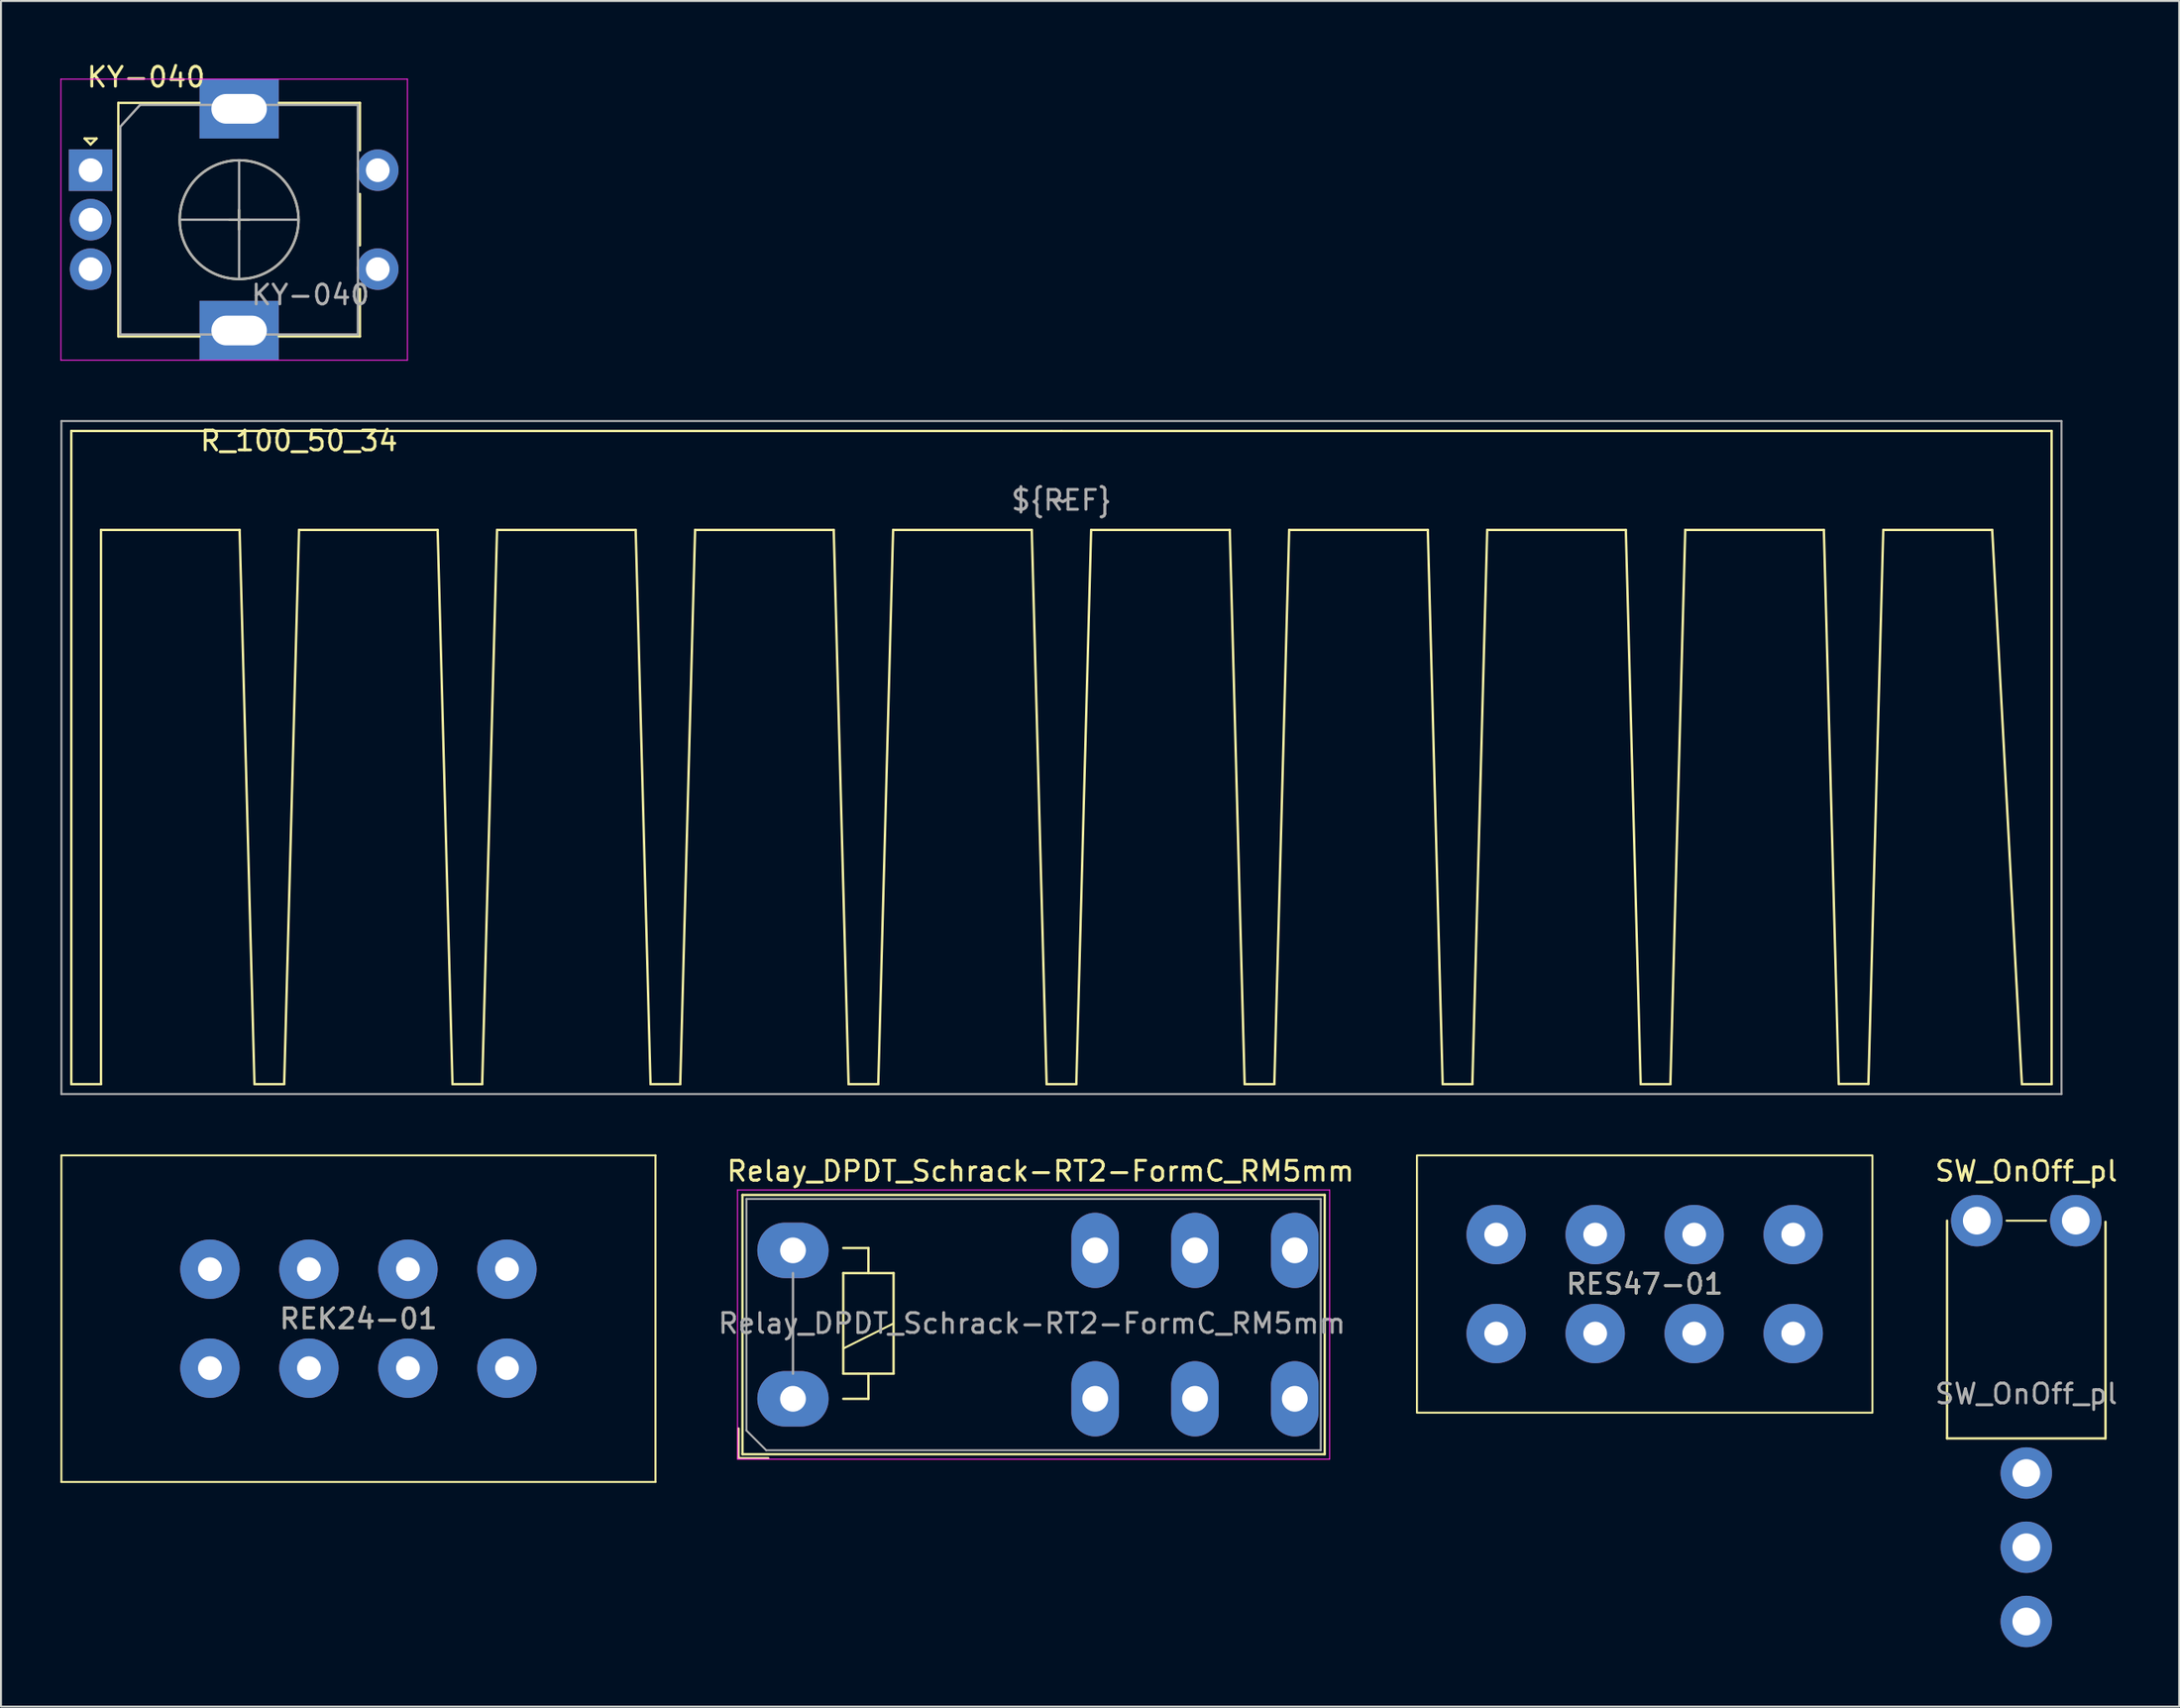
<source format=kicad_pcb>
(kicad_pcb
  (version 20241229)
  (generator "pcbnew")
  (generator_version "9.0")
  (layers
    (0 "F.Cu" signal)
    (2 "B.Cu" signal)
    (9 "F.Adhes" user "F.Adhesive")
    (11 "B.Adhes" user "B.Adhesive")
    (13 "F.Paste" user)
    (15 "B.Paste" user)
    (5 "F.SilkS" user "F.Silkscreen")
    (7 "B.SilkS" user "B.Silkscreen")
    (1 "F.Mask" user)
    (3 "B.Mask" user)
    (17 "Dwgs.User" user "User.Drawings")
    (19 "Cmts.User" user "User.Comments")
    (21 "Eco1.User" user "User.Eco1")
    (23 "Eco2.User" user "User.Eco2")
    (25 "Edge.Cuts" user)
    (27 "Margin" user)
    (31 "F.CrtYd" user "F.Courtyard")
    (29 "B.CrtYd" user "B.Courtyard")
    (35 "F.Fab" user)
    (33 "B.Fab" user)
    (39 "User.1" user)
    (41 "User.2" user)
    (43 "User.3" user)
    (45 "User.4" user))
  (footprint "Relay_DPDT_Schrack-RT2-FormC_RM5mm"
    (layer "F.Cu")
    (at 36.993 67.621)
    (property "Reference" "Relay_DPDT_Schrack-RT2-FormC_RM5mm" (at 12.5 -11.5 0) (layer "F.SilkS") (effects (font (size 1 1) (thickness 0.15))))
    (attr through_hole)
    (fp_line (start -2.75 1.5) (end -2.75 3) (stroke (width 0.12) (type solid)) (layer "F.SilkS"))
    (fp_line (start -2.75 3) (end -1.25 3) (stroke (width 0.12) (type solid)) (layer "F.SilkS"))
    (fp_line (start -2.55 -10.3) (end -2.55 2.8) (stroke (width 0.12) (type solid)) (layer "F.SilkS"))
    (fp_line (start -2.55 2.8) (end 26.85 2.8) (stroke (width 0.12) (type solid)) (layer "F.SilkS"))
    (fp_line (start 2.54 -6.35) (end 2.54 -1.27) (stroke (width 0.12) (type solid)) (layer "F.SilkS"))
    (fp_line (start 2.54 -2.54) (end 5.08 -3.81) (stroke (width 0.1) (type solid)) (layer "F.SilkS"))
    (fp_line (start 2.54 -1.27) (end 3.81 -1.27) (stroke (width 0.12) (type solid)) (layer "F.SilkS"))
    (fp_line (start 2.54 0) (end 3.81 0) (stroke (width 0.12) (type solid)) (layer "F.SilkS"))
    (fp_line (start 3.81 -7.62) (end 2.54 -7.62) (stroke (width 0.12) (type solid)) (layer "F.SilkS"))
    (fp_line (start 3.81 -6.35) (end 3.81 -7.62) (stroke (width 0.12) (type solid)) (layer "F.SilkS"))
    (fp_line (start 3.81 -1.27) (end 5.08 -1.27) (stroke (width 0.12) (type solid)) (layer "F.SilkS"))
    (fp_line (start 3.81 0) (end 3.81 -1.27) (stroke (width 0.12) (type solid)) (layer "F.SilkS"))
    (fp_line (start 5.08 -6.35) (end 2.54 -6.35) (stroke (width 0.12) (type solid)) (layer "F.SilkS"))
    (fp_line (start 5.08 -1.27) (end 5.08 -6.35) (stroke (width 0.12) (type solid)) (layer "F.SilkS"))
    (fp_line (start 26.85 -10.3) (end -2.55 -10.3) (stroke (width 0.12) (type solid)) (layer "F.SilkS"))
    (fp_line (start 26.85 2.8) (end 26.85 -10.3) (stroke (width 0.12) (type solid)) (layer "F.SilkS"))
    (fp_line (start -2.8 -10.55) (end -2.8 3.05) (stroke (width 0.05) (type solid)) (layer "F.CrtYd"))
    (fp_line (start -2.8 3.05) (end 27.1 3.05) (stroke (width 0.05) (type solid)) (layer "F.CrtYd"))
    (fp_line (start 27.1 -10.55) (end -2.8 -10.55) (stroke (width 0.05) (type solid)) (layer "F.CrtYd"))
    (fp_line (start 27.1 3.05) (end 27.1 -10.55) (stroke (width 0.05) (type solid)) (layer "F.CrtYd"))
    (fp_line (start -2.35 -10.1) (end -2.35 1.6) (stroke (width 0.1) (type solid)) (layer "F.Fab"))
    (fp_line (start -2.35 1.6) (end -1.35 2.6) (stroke (width 0.1) (type solid)) (layer "F.Fab"))
    (fp_line (start -1.35 2.6) (end 26.65 2.6) (stroke (width 0.1) (type solid)) (layer "F.Fab"))
    (fp_line (start 0 -1.27) (end 0 -6.35) (stroke (width 0.12) (type solid)) (layer "F.Fab"))
    (fp_line (start 26.65 -10.1) (end -2.35 -10.1) (stroke (width 0.1) (type solid)) (layer "F.Fab"))
    (fp_line (start 26.65 2.6) (end 26.65 -10.1) (stroke (width 0.1) (type solid)) (layer "F.Fab"))
    (fp_text user "${REFERENCE}" (at 12.065 -3.81 180) (layer "F.Fab") (effects (font (size 1 1) (thickness 0.15))))
    (pad "11" thru_hole oval (at 20.3 0 180) (size 2.4 3.8) (drill 1.3) (layers "*.Cu" "*.Mask"))
    (pad "12" thru_hole oval (at 15.26 0 180) (size 2.4 3.8) (drill 1.3) (layers "*.Cu" "*.Mask"))
    (pad "14" thru_hole oval (at 25.34 0 180) (size 2.4 3.8) (drill 1.3) (layers "*.Cu" "*.Mask"))
    (pad "21" thru_hole oval (at 20.3 -7.5 180) (size 2.4 3.8) (drill 1.3) (layers "*.Cu" "*.Mask"))
    (pad "22" thru_hole oval (at 15.26 -7.5 180) (size 2.4 3.8) (drill 1.3) (layers "*.Cu" "*.Mask"))
    (pad "24" thru_hole oval (at 25.34 -7.5 180) (size 2.4 3.8) (drill 1.3) (layers "*.Cu" "*.Mask"))
    (pad "A1" thru_hole oval (at 0 0 180) (size 3.6 2.8) (drill 1.3) (layers "*.Cu" "*.Mask"))
    (pad "A2" thru_hole oval (at 0 -7.5 180) (size 3.6 2.8) (drill 1.3) (layers "*.Cu" "*.Mask")))
  (footprint "RES47-01"
    (layer "F.Cu")
    (at 80.002 61.823)
    (property "Reference" "RES47-01" (at 0 0 0) (layer "F.SilkS") (effects (font (size 1 1) (thickness 0.15))))
    (attr through_hole)
    (fp_rect (start -11.5 -6.5) (end 11.5 6.5) (stroke (width 0.1) (type default)) (fill no) (layer "F.SilkS"))
    (fp_text user "${REFERENCE}" (at 0 0 180) (layer "F.Fab") (effects (font (size 1 1) (thickness 0.15))))
    (pad "1" thru_hole circle (at -7.5 -2.5 180) (size 3 3) (drill 1.2) (layers "*.Cu" "*.Mask"))
    (pad "2" thru_hole circle (at 2.5 -2.5 180) (size 3 3) (drill 1.2) (layers "*.Cu" "*.Mask"))
    (pad "3" thru_hole circle (at -7.5 2.5 180) (size 3 3) (drill 1.2) (layers "*.Cu" "*.Mask"))
    (pad "4" thru_hole circle (at 7.5 2.5 180) (size 3 3) (drill 1.2) (layers "*.Cu" "*.Mask"))
    (pad "5" thru_hole circle (at -2.5 2.5 180) (size 3 3) (drill 1.2) (layers "*.Cu" "*.Mask"))
    (pad "6" thru_hole circle (at 7.5 -2.5 180) (size 3 3) (drill 1.2) (layers "*.Cu" "*.Mask"))
    (pad "A" thru_hole circle (at 2.5 2.5 180) (size 3 3) (drill 1.2) (layers "*.Cu" "*.Mask"))
    (pad "B" thru_hole circle (at -2.5 -2.5 180) (size 3 3) (drill 1.2) (layers "*.Cu" "*.Mask")))
  (footprint "R_100_50_34"
    (layer "F.Cu")
    (at 50.55 18.723)
    (property "Reference" "R_100_50_34" (at -38.5 0.5 0) (unlocked yes) (layer "F.SilkS") (effects (font (size 1 1) (thickness 0.15))))
    (fp_line (start -50 0) (end -50 33) (stroke (width 0.12) (type solid)) (layer "F.SilkS"))
    (fp_line (start -50 0) (end 0 0) (stroke (width 0.12) (type solid)) (layer "F.SilkS"))
    (fp_line (start -50 33) (end -48.5 33) (stroke (width 0.12) (type solid)) (layer "F.SilkS"))
    (fp_line (start -48.5 5) (end -48.5 33) (stroke (width 0.12) (type solid)) (layer "F.SilkS"))
    (fp_line (start -48.5 5) (end -41.5 5) (stroke (width 0.12) (type solid)) (layer "F.SilkS"))
    (fp_line (start -41.5 5) (end -40.75 33) (stroke (width 0.12) (type solid)) (layer "F.SilkS"))
    (fp_line (start -40.75 33) (end -39.25 33) (stroke (width 0.12) (type solid)) (layer "F.SilkS"))
    (fp_line (start -39.25 33) (end -38.5 5) (stroke (width 0.12) (type solid)) (layer "F.SilkS"))
    (fp_line (start -38.5 5) (end -31.5 5) (stroke (width 0.12) (type solid)) (layer "F.SilkS"))
    (fp_line (start -31.5 5) (end -30.75 33) (stroke (width 0.12) (type solid)) (layer "F.SilkS"))
    (fp_line (start -30.75 33) (end -29.25 33) (stroke (width 0.12) (type solid)) (layer "F.SilkS"))
    (fp_line (start -29.25 33) (end -28.5 5) (stroke (width 0.12) (type solid)) (layer "F.SilkS"))
    (fp_line (start -28.5 5) (end -21.5 5) (stroke (width 0.12) (type solid)) (layer "F.SilkS"))
    (fp_line (start -21.5 5) (end -20.75 33) (stroke (width 0.12) (type solid)) (layer "F.SilkS"))
    (fp_line (start -20.75 33) (end -19.25 33) (stroke (width 0.12) (type solid)) (layer "F.SilkS"))
    (fp_line (start -19.25 33) (end -18.5 5) (stroke (width 0.12) (type solid)) (layer "F.SilkS"))
    (fp_line (start -18.5 5) (end -11.5 5) (stroke (width 0.12) (type solid)) (layer "F.SilkS"))
    (fp_line (start -11.5 5) (end -10.75 33) (stroke (width 0.12) (type solid)) (layer "F.SilkS"))
    (fp_line (start -10.75 33) (end -9.25 33) (stroke (width 0.12) (type solid)) (layer "F.SilkS"))
    (fp_line (start -9.25 33) (end -8.5 5) (stroke (width 0.12) (type solid)) (layer "F.SilkS"))
    (fp_line (start -8.5 5) (end -1.5 5) (stroke (width 0.12) (type solid)) (layer "F.SilkS"))
    (fp_line (start -1.5 5) (end -0.75 33) (stroke (width 0.12) (type solid)) (layer "F.SilkS"))
    (fp_line (start -0.75 33) (end 0.75 33) (stroke (width 0.12) (type solid)) (layer "F.SilkS"))
    (fp_line (start 0 0) (end 50 0) (stroke (width 0.12) (type solid)) (layer "F.SilkS"))
    (fp_line (start 0.75 33) (end 1.5 5) (stroke (width 0.12) (type solid)) (layer "F.SilkS"))
    (fp_line (start 1.5 5) (end 8.5 5) (stroke (width 0.12) (type solid)) (layer "F.SilkS"))
    (fp_line (start 8.5 5) (end 9.25 33) (stroke (width 0.12) (type solid)) (layer "F.SilkS"))
    (fp_line (start 9.25 33) (end 10.75 33) (stroke (width 0.12) (type solid)) (layer "F.SilkS"))
    (fp_line (start 10.75 33) (end 11.5 5) (stroke (width 0.12) (type solid)) (layer "F.SilkS"))
    (fp_line (start 11.5 5) (end 18.5 5) (stroke (width 0.12) (type solid)) (layer "F.SilkS"))
    (fp_line (start 18.5 5) (end 19.25 33) (stroke (width 0.12) (type solid)) (layer "F.SilkS"))
    (fp_line (start 19.25 33) (end 20.75 33) (stroke (width 0.12) (type solid)) (layer "F.SilkS"))
    (fp_line (start 20.75 33) (end 21.5 5) (stroke (width 0.12) (type solid)) (layer "F.SilkS"))
    (fp_line (start 21.5 5) (end 28.5 5) (stroke (width 0.12) (type solid)) (layer "F.SilkS"))
    (fp_line (start 28.5 5) (end 29.25 33) (stroke (width 0.12) (type solid)) (layer "F.SilkS"))
    (fp_line (start 29.25 33) (end 30.75 33) (stroke (width 0.12) (type solid)) (layer "F.SilkS"))
    (fp_line (start 31.5 5) (end 30.75 33) (stroke (width 0.12) (type solid)) (layer "F.SilkS"))
    (fp_line (start 31.5 5) (end 38.5 5) (stroke (width 0.12) (type solid)) (layer "F.SilkS"))
    (fp_line (start 38.5 5) (end 39.25 32.989) (stroke (width 0.12) (type solid)) (layer "F.SilkS"))
    (fp_line (start 39.25 32.989) (end 40.75 32.989) (stroke (width 0.12) (type solid)) (layer "F.SilkS"))
    (fp_line (start 41.5 5) (end 40.75 32.989) (stroke (width 0.12) (type solid)) (layer "F.SilkS"))
    (fp_line (start 41.5 5) (end 47 5) (stroke (width 0.12) (type solid)) (layer "F.SilkS"))
    (fp_line (start 47 5) (end 48.5 33) (stroke (width 0.12) (type solid)) (layer "F.SilkS"))
    (fp_line (start 48.5 33) (end 50 33) (stroke (width 0.12) (type solid)) (layer "F.SilkS"))
    (fp_line (start 50 0) (end 50 33) (stroke (width 0.12) (type solid)) (layer "F.SilkS"))
    (fp_line (start -50.5 -0.5) (end 50.5 -0.5) (stroke (width 0.1) (type solid)) (layer "F.Fab"))
    (fp_line (start -50.5 33.5) (end -50.5 -0.5) (stroke (width 0.1) (type solid)) (layer "F.Fab"))
    (fp_line (start 50.5 -0.5) (end 50.5 33.5) (stroke (width 0.1) (type solid)) (layer "F.Fab"))
    (fp_line (start 50.5 33.5) (end -50.5 33.5) (stroke (width 0.1) (type solid)) (layer "F.Fab"))
    (fp_text user "~" (at 0 3.5 0) (unlocked yes) (layer "F.Fab") (effects (font (size 1 1) (thickness 0.15))))
    (fp_text user "${REF}" (at 0 3.5 0) (unlocked yes) (layer "F.Fab") (effects (font (size 1 1) (thickness 0.15)))))
  (footprint "KY-040"
    (layer "F.Cu")
    (at 1.525 5.548)
    (property "Reference" "KY-040" (at 2.8 -4.7 0) (layer "F.SilkS") (effects (font (size 1 1) (thickness 0.15))))
    (attr through_hole)
    (fp_line (start -0.3 -1.6) (end 0.3 -1.6) (stroke (width 0.12) (type solid)) (layer "F.SilkS"))
    (fp_line (start 0 -1.3) (end -0.3 -1.6) (stroke (width 0.12) (type solid)) (layer "F.SilkS"))
    (fp_line (start 0.3 -1.6) (end 0 -1.3) (stroke (width 0.12) (type solid)) (layer "F.SilkS"))
    (fp_line (start 1.4 -3.4) (end 1.4 8.4) (stroke (width 0.12) (type solid)) (layer "F.SilkS"))
    (fp_line (start 5.5 -3.4) (end 1.4 -3.4) (stroke (width 0.12) (type solid)) (layer "F.SilkS"))
    (fp_line (start 5.5 8.4) (end 1.4 8.4) (stroke (width 0.12) (type solid)) (layer "F.SilkS"))
    (fp_line (start 7 2.5) (end 8 2.5) (stroke (width 0.12) (type solid)) (layer "F.SilkS"))
    (fp_line (start 7.5 2) (end 7.5 3) (stroke (width 0.12) (type solid)) (layer "F.SilkS"))
    (fp_line (start 9.5 -3.4) (end 13.6 -3.4) (stroke (width 0.12) (type solid)) (layer "F.SilkS"))
    (fp_line (start 13.6 -3.4) (end 13.6 -1) (stroke (width 0.12) (type solid)) (layer "F.SilkS"))
    (fp_line (start 13.6 1.2) (end 13.6 3.8) (stroke (width 0.12) (type solid)) (layer "F.SilkS"))
    (fp_line (start 13.6 6) (end 13.6 8.4) (stroke (width 0.12) (type solid)) (layer "F.SilkS"))
    (fp_line (start 13.6 8.4) (end 9.5 8.4) (stroke (width 0.12) (type solid)) (layer "F.SilkS"))
    (fp_circle (center 7.5 2.5) (end 10.5 2.5) (stroke (width 0.12) (type solid)) (fill no) (layer "F.SilkS"))
    (fp_line (start -1.5 -4.6) (end -1.5 9.6) (stroke (width 0.05) (type solid)) (layer "F.CrtYd"))
    (fp_line (start -1.5 -4.6) (end 16 -4.6) (stroke (width 0.05) (type solid)) (layer "F.CrtYd"))
    (fp_line (start 16 9.6) (end -1.5 9.6) (stroke (width 0.05) (type solid)) (layer "F.CrtYd"))
    (fp_line (start 16 9.6) (end 16 -4.6) (stroke (width 0.05) (type solid)) (layer "F.CrtYd"))
    (fp_line (start 1.5 -2.2) (end 2.5 -3.3) (stroke (width 0.12) (type solid)) (layer "F.Fab"))
    (fp_line (start 1.5 8.3) (end 1.5 -2.2) (stroke (width 0.12) (type solid)) (layer "F.Fab"))
    (fp_line (start 2.5 -3.3) (end 13.5 -3.3) (stroke (width 0.12) (type solid)) (layer "F.Fab"))
    (fp_line (start 4.5 2.5) (end 10.5 2.5) (stroke (width 0.12) (type solid)) (layer "F.Fab"))
    (fp_line (start 7.5 -0.5) (end 7.5 5.5) (stroke (width 0.12) (type solid)) (layer "F.Fab"))
    (fp_line (start 13.5 -3.3) (end 13.5 8.3) (stroke (width 0.12) (type solid)) (layer "F.Fab"))
    (fp_line (start 13.5 8.3) (end 1.5 8.3) (stroke (width 0.12) (type solid)) (layer "F.Fab"))
    (fp_circle (center 7.5 2.5) (end 10.5 2.5) (stroke (width 0.12) (type solid)) (fill no) (layer "F.Fab"))
    (fp_text user "${REFERENCE}" (at 11.1 6.3 0) (layer "F.Fab") (effects (font (size 1 1) (thickness 0.15))))
    (pad "A" thru_hole rect (at 0 0) (size 2.2 2.1) (drill 1.2) (layers "*.Cu" "*.Mask"))
    (pad "B" thru_hole circle (at 0 5) (size 2.1 2.1) (drill 1.2) (layers "*.Cu" "*.Mask"))
    (pad "C" thru_hole circle (at 0 2.5) (size 2.1 2.1) (drill 1.2) (layers "*.Cu" "*.Mask"))
    (pad "MP" thru_hole rect (at 7.5 -3.1) (size 4 3) (drill oval 2.8 1.5) (layers "*.Cu" "*.Mask"))
    (pad "MP" thru_hole rect (at 7.5 8.1) (size 4 3) (drill oval 2.8 1.5) (layers "*.Cu" "*.Mask"))
    (pad "S1" thru_hole circle (at 14.5 5) (size 2.1 2.1) (drill 1.2) (layers "*.Cu" "*.Mask"))
    (pad "S2" thru_hole circle (at 14.5 0) (size 2.1 2.1) (drill 1.2) (layers "*.Cu" "*.Mask")))
  (footprint "SW_OnOff_pl"
    (layer "F.Cu")
    (at 99.272 58.621)
    (property "Reference" "SW_OnOff_pl" (at 0 -2.5 0) (layer "F.SilkS") (effects (font (size 1 1) (thickness 0.15))))
    (attr through_hole)
    (fp_line (start -4 0) (end -4 11) (stroke (width 0.12) (type solid)) (layer "F.SilkS"))
    (fp_line (start -1 0) (end 1 0) (stroke (width 0.1) (type default)) (layer "F.SilkS"))
    (fp_line (start 4 0.06) (end 4 11) (stroke (width 0.12) (type solid)) (layer "F.SilkS"))
    (fp_line (start 4 11) (end -4 11) (stroke (width 0.12) (type solid)) (layer "F.SilkS"))
    (fp_text user "${REFERENCE}" (at 0 8.75 0) (layer "F.Fab") (effects (font (size 1 1) (thickness 0.15))))
    (pad "" thru_hole circle (at -2.5 0) (size 2.6 2.6) (drill 1.4) (layers "*.Cu" "*.Mask"))
    (pad "" thru_hole circle (at 2.5 0) (size 2.6 2.6) (drill 1.4) (layers "*.Cu" "*.Mask"))
    (pad "1" thru_hole circle (at 0 12.75) (size 2.6 2.6) (drill 1.4) (layers "*.Cu" "*.Mask"))
    (pad "2" thru_hole circle (at 0 16.5) (size 2.6 2.6) (drill 1.4) (layers "*.Cu" "*.Mask"))
    (pad "3" thru_hole circle (at 0 20.25) (size 2.6 2.6) (drill 1.4) (layers "*.Cu" "*.Mask")))
  (footprint "REK24-01"
    (layer "F.Cu")
    (at 15.05 63.573)
    (property "Reference" "REK24-01" (at 0 0 0) (layer "F.SilkS") (effects (font (size 1 1) (thickness 0.15))))
    (attr through_hole)
    (fp_line (start -15 -8.25) (end -15 8.25) (stroke (width 0.1) (type default)) (layer "F.SilkS"))
    (fp_line (start -15 8.25) (end 15 8.25) (stroke (width 0.1) (type default)) (layer "F.SilkS"))
    (fp_line (start 15 -8.25) (end -15 -8.25) (stroke (width 0.1) (type default)) (layer "F.SilkS"))
    (fp_line (start 15 -8.25) (end 15 8.25) (stroke (width 0.1) (type default)) (layer "F.SilkS"))
    (fp_text user "${REFERENCE}" (at 0 0 180) (layer "F.Fab") (effects (font (size 1 1) (thickness 0.15))))
    (pad "11" thru_hole circle (at -7.5 -2.5 180) (size 3 3) (drill 1.2) (layers "*.Cu" "*.Mask"))
    (pad "12" thru_hole circle (at 2.5 -2.5 180) (size 3 3) (drill 1.2) (layers "*.Cu" "*.Mask"))
    (pad "13" thru_hole circle (at -7.5 2.5 180) (size 3 3) (drill 1.2) (layers "*.Cu" "*.Mask"))
    (pad "21" thru_hole circle (at 7.5 2.5 180) (size 3 3) (drill 1.2) (layers "*.Cu" "*.Mask"))
    (pad "22" thru_hole circle (at -2.5 2.5 180) (size 3 3) (drill 1.2) (layers "*.Cu" "*.Mask"))
    (pad "23" thru_hole circle (at 7.5 -2.5 180) (size 3 3) (drill 1.2) (layers "*.Cu" "*.Mask"))
    (pad "A" thru_hole circle (at 2.5 2.5 180) (size 3 3) (drill 1.2) (layers "*.Cu" "*.Mask"))
    (pad "B" thru_hole circle (at -2.5 -2.5 180) (size 3 3) (drill 1.2) (layers "*.Cu" "*.Mask")))
  (gr_rect
    (start -3 -3)
    (end 106.992 83.171)
    (stroke (width 0.1) (type default))
    (fill no)
    (layer "Edge.Cuts")))
</source>
